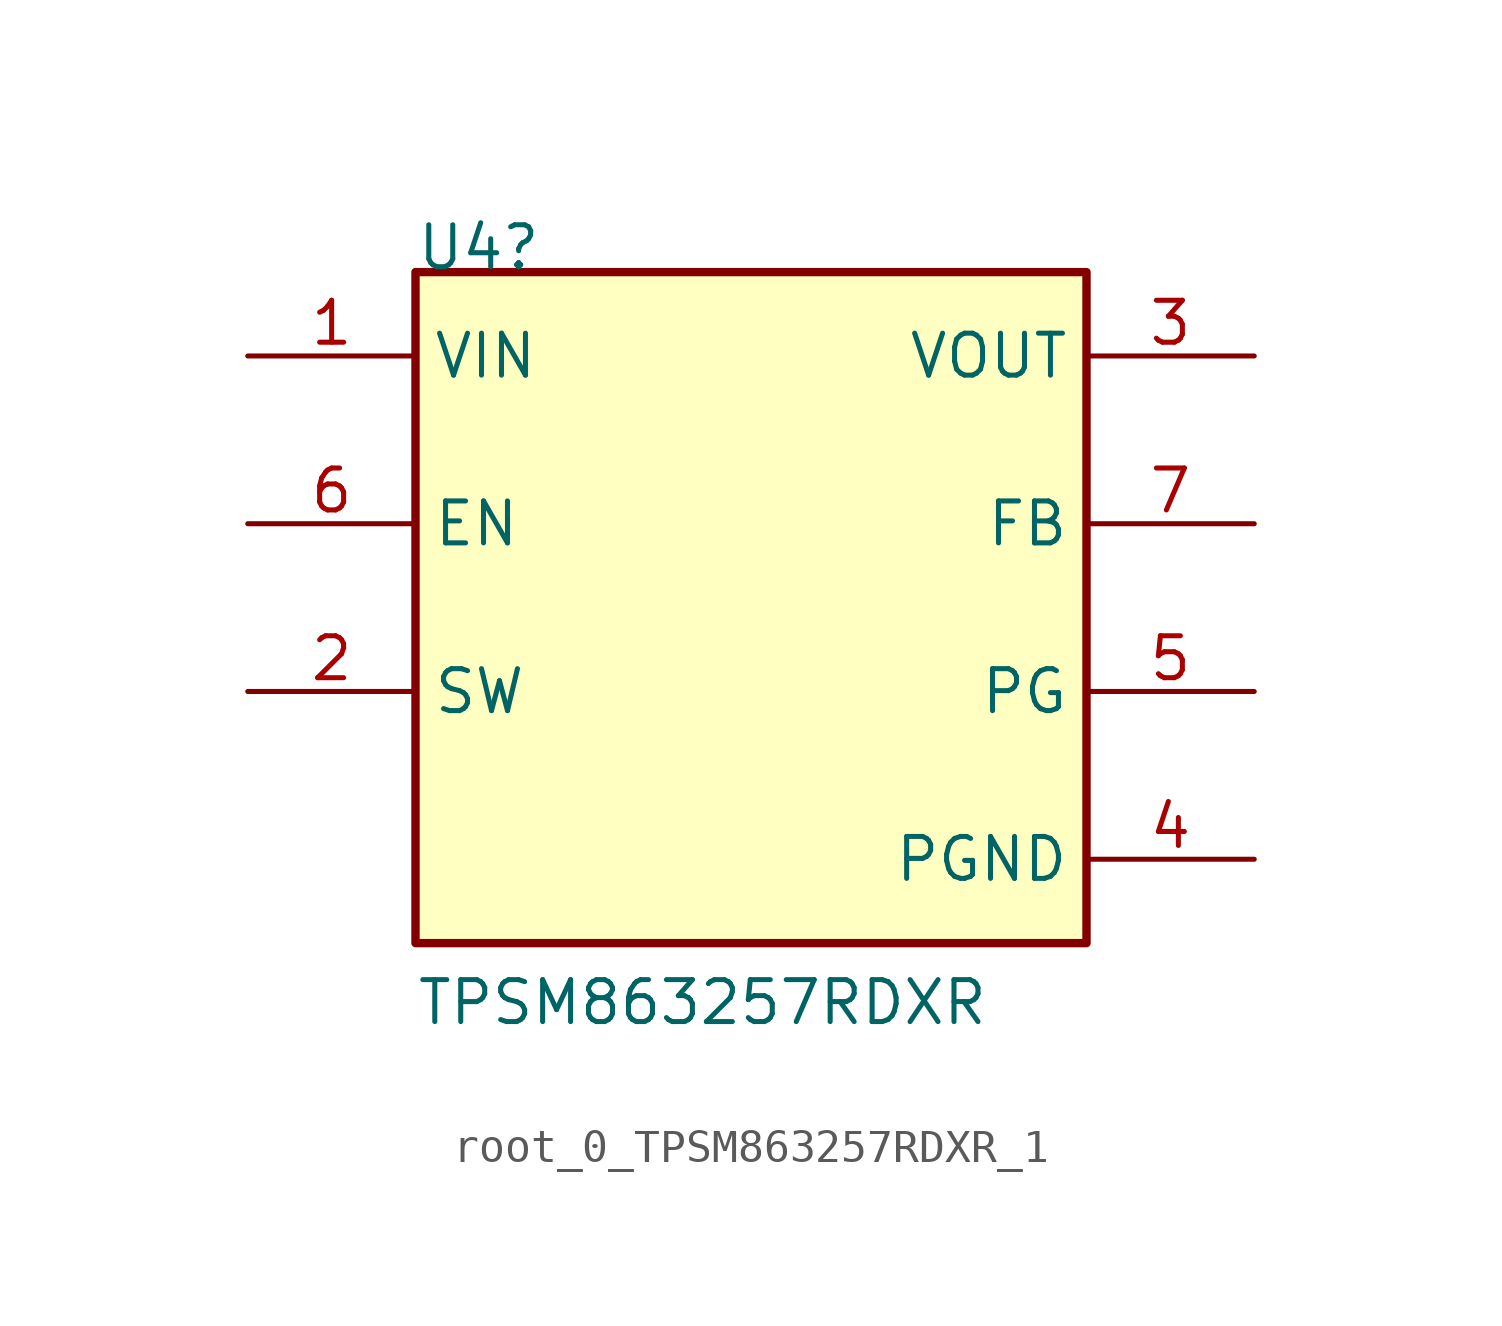
<source format=kicad_sym>
(kicad_symbol_lib
  (version 20241209)
  (generator "kicad_symbol_editor")
  (generator_version "9.0")
  (symbol "root_0_TPSM863257RDXR_1"
    (property "Reference" "U4"
      (at -10.16 10.16 0)
      (effects (font (size 1.27 1.27)) (justify left bottom)))
    (property "Value" "TPSM863257RDXR"
      (at -10.16 -12.7 0)
      (effects (font (size 1.27 1.27)) (justify left bottom)))
    (property "Description" ""
      (at 0 0 0)
      (effects (font (size 1.27 1.27))))
    (symbol "root_0_TPSM863257RDXR_1_1_0"
      (rectangle (start 10.16 10.16) (end -10.16 -10.16) (stroke (width 0.254) (type solid)) (fill (type background)))
      (pin input line (at -15.24 7.62 0) (length 5.08) (name "VIN" (effects (font (size 1.27 1.27)))) (number "1" (effects (font (size 1.27 1.27)))))
      (pin input line (at -15.24 2.54 0) (length 5.08) (name "EN" (effects (font (size 1.27 1.27)))) (number "6" (effects (font (size 1.27 1.27)))))
      (pin passive line (at -15.24 -2.54 0) (length 5.08) (name "SW" (effects (font (size 1.27 1.27)))) (number "2" (effects (font (size 1.27 1.27)))))
      (pin output line (at 15.24 7.62 180) (length 5.08) (name "VOUT" (effects (font (size 1.27 1.27)))) (number "3" (effects (font (size 1.27 1.27)))))
      (pin input line (at 15.24 2.54 180) (length 5.08) (name "FB" (effects (font (size 1.27 1.27)))) (number "7" (effects (font (size 1.27 1.27)))))
      (pin open_collector line (at 15.24 -2.54 180) (length 5.08) (name "PG" (effects (font (size 1.27 1.27)))) (number "5" (effects (font (size 1.27 1.27)))))
      (pin power_in line (at 15.24 -7.62 180) (length 5.08) (name "PGND" (effects (font (size 1.27 1.27)))) (number "4" (effects (font (size 1.27 1.27))))))))
</source>
